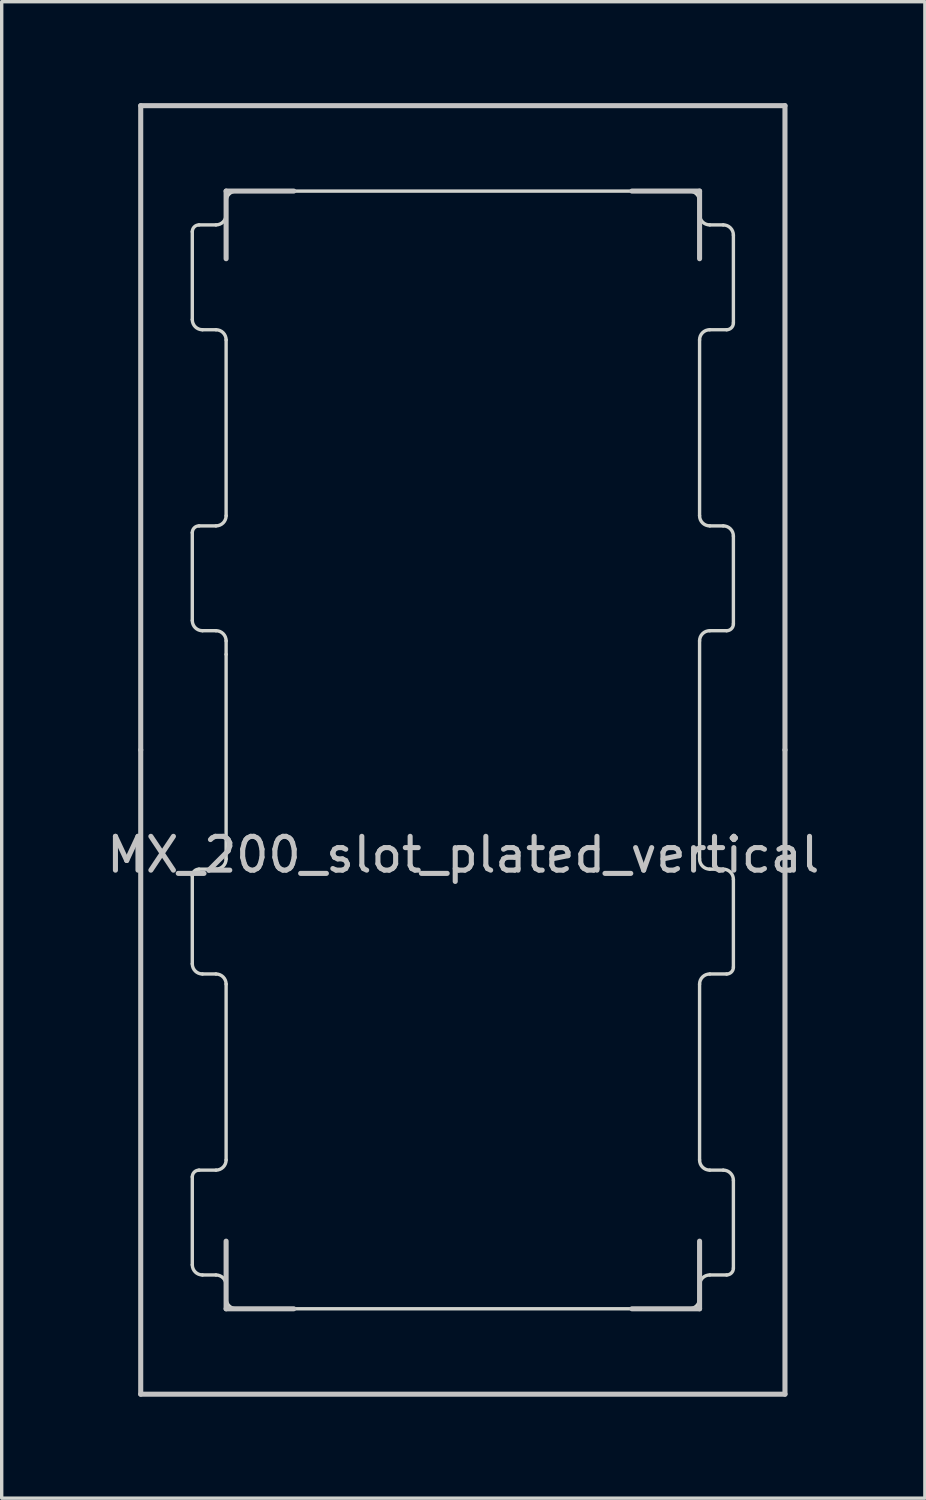
<source format=kicad_pcb>
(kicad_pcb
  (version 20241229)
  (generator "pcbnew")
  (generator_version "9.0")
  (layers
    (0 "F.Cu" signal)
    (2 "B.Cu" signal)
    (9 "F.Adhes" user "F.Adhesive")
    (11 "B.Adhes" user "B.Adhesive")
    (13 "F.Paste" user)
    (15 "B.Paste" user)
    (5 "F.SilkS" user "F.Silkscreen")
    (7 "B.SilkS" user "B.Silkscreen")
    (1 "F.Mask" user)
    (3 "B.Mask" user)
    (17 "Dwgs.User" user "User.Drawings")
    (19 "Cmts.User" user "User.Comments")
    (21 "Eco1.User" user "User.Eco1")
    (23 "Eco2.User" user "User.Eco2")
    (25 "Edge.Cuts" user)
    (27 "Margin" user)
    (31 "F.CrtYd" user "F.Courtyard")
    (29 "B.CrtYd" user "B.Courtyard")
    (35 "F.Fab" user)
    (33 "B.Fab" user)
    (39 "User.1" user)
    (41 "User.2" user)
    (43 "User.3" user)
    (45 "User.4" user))
  (footprint "MX_200_slot_plated_vertical"
    (layer "F.Cu")
    (at 10.636 19.125)
    (property "Reference" "MX_200_slot_plated_vertical" (at 0.013 3.1 0) (layer "Dwgs.User") (effects (font (size 1 1) (thickness 0.15))))
    (attr through_hole)
    (fp_line (start -7.5 -15.525) (end -7.5 15.525) (stroke (width 2) (type solid)) (layer "F.Mask"))
    (fp_line (start -6.5 -16.525) (end 6.5 -16.525) (stroke (width 2) (type solid)) (layer "F.Mask"))
    (fp_line (start 7 16.525) (end -6.5 16.525) (stroke (width 2) (type solid)) (layer "F.Mask"))
    (fp_line (start 7.5 -15.525) (end 7.5 15.525) (stroke (width 2) (type solid)) (layer "F.Mask"))
    (fp_arc (start -7.5 -15.525) (mid -7.207107 -16.232107) (end -6.5 -16.525) (stroke (width 2) (type solid)) (layer "F.Mask"))
    (fp_arc (start -6.5 16.525) (mid -7.207107 16.232107) (end -7.5 15.525) (stroke (width 2) (type solid)) (layer "F.Mask"))
    (fp_arc (start 6.5 -16.525) (mid 7.207107 -16.232107) (end 7.5 -15.525) (stroke (width 2) (type solid)) (layer "F.Mask"))
    (fp_arc (start 7.5 15.525) (mid 7.207107 16.232107) (end 6.5 16.525) (stroke (width 2) (type solid)) (layer "F.Mask"))
    (fp_line (start -7.5 15.525) (end -7.5 -15.525) (stroke (width 2) (type solid)) (layer "B.Mask"))
    (fp_line (start -6.5 -16.525) (end 6.5 -16.525) (stroke (width 2) (type solid)) (layer "B.Mask"))
    (fp_line (start 7 16.525) (end -6.493 16.525) (stroke (width 2) (type solid)) (layer "B.Mask"))
    (fp_line (start 7.3 -6.625) (end 7.7 -6.625) (stroke (width 0.12) (type solid)) (layer "B.Mask"))
    (fp_line (start 7.3 12.425) (end 7.7 12.425) (stroke (width 0.12) (type solid)) (layer "B.Mask"))
    (fp_line (start 7.5 15.525) (end 7.5 -15.525) (stroke (width 2) (type solid)) (layer "B.Mask"))
    (fp_line (start 7.8 -12.425) (end 7.3 -12.425) (stroke (width 0.12) (type solid)) (layer "B.Mask"))
    (fp_line (start 7.8 6.625) (end 7.3 6.625) (stroke (width 0.12) (type solid)) (layer "B.Mask"))
    (fp_arc (start -7.5 -15.525) (mid -7.207107 -16.232107) (end -6.5 -16.525) (stroke (width 2) (type solid)) (layer "B.Mask"))
    (fp_arc (start -6.492893 16.525) (mid -7.2 16.232107) (end -7.492893 15.525) (stroke (width 2) (type solid)) (layer "B.Mask"))
    (fp_arc (start 6.5 -16.524999) (mid 7.207107 -16.232106) (end 7.5 -15.524999) (stroke (width 2) (type solid)) (layer "B.Mask"))
    (fp_arc (start 7.5 15.525001) (mid 7.207107 16.232108) (end 6.5 16.525001) (stroke (width 2) (type solid)) (layer "B.Mask"))
    (fp_line (start -9.525 -19.05) (end 9.525 -19.05) (stroke (width 0.15) (type solid)) (layer "Dwgs.User"))
    (fp_line (start -9.525 0) (end -9.525 -19.05) (stroke (width 0.15) (type solid)) (layer "Dwgs.User"))
    (fp_line (start -9.525 19.05) (end -9.525 0) (stroke (width 0.15) (type solid)) (layer "Dwgs.User"))
    (fp_line (start -7 -16.525) (end -7 -14.525) (stroke (width 0.15) (type solid)) (layer "Dwgs.User"))
    (fp_line (start -7 14.525) (end -7 16.525) (stroke (width 0.15) (type solid)) (layer "Dwgs.User"))
    (fp_line (start -7 16.525) (end -5 16.525) (stroke (width 0.15) (type solid)) (layer "Dwgs.User"))
    (fp_line (start -5 -16.525) (end -7 -16.525) (stroke (width 0.15) (type solid)) (layer "Dwgs.User"))
    (fp_line (start 5 -16.525) (end 7 -16.525) (stroke (width 0.15) (type solid)) (layer "Dwgs.User"))
    (fp_line (start 5 16.525) (end 7 16.525) (stroke (width 0.15) (type solid)) (layer "Dwgs.User"))
    (fp_line (start 7 -16.525) (end 7 -14.525) (stroke (width 0.15) (type solid)) (layer "Dwgs.User"))
    (fp_line (start 7 16.525) (end 7 14.525) (stroke (width 0.15) (type solid)) (layer "Dwgs.User"))
    (fp_line (start 9.525 -19.05) (end 9.525 0) (stroke (width 0.15) (type solid)) (layer "Dwgs.User"))
    (fp_line (start 9.525 0) (end 9.525 19.05) (stroke (width 0.15) (type solid)) (layer "Dwgs.User"))
    (fp_line (start 9.525 19.05) (end -9.525 19.05) (stroke (width 0.15) (type solid)) (layer "Dwgs.User"))
    (fp_line (start -8 -15.325) (end -8 -12.725) (stroke (width 0.1) (type solid)) (layer "Edge.Cuts"))
    (fp_line (start -8 -6.425) (end -8 -3.825) (stroke (width 0.1) (type solid)) (layer "Edge.Cuts"))
    (fp_line (start -8 3.725) (end -8 6.325) (stroke (width 0.1) (type solid)) (layer "Edge.Cuts"))
    (fp_line (start -8 12.625) (end -8 15.225) (stroke (width 0.1) (type solid)) (layer "Edge.Cuts"))
    (fp_line (start -7.8 -15.525) (end -7.3 -15.525) (stroke (width 0.1) (type solid)) (layer "Edge.Cuts"))
    (fp_line (start -7.8 -6.625) (end -7.3 -6.625) (stroke (width 0.1) (type solid)) (layer "Edge.Cuts"))
    (fp_line (start -7.8 3.525) (end -7.3 3.525) (stroke (width 0.1) (type solid)) (layer "Edge.Cuts"))
    (fp_line (start -7.8 12.425) (end -7.3 12.425) (stroke (width 0.1) (type solid)) (layer "Edge.Cuts"))
    (fp_line (start -7.3 -12.425) (end -7.7 -12.425) (stroke (width 0.1) (type solid)) (layer "Edge.Cuts"))
    (fp_line (start -7.3 -3.525) (end -7.7 -3.525) (stroke (width 0.1) (type solid)) (layer "Edge.Cuts"))
    (fp_line (start -7.3 6.625) (end -7.7 6.625) (stroke (width 0.1) (type solid)) (layer "Edge.Cuts"))
    (fp_line (start -7.3 15.525) (end -7.7 15.525) (stroke (width 0.1) (type solid)) (layer "Edge.Cuts"))
    (fp_line (start -7 -15.825) (end -7 -16.225) (stroke (width 0.1) (type solid)) (layer "Edge.Cuts"))
    (fp_line (start -7 -12.125) (end -7 -6.925) (stroke (width 0.1) (type solid)) (layer "Edge.Cuts"))
    (fp_line (start -7 -2.825) (end -7 -3.225) (stroke (width 0.1) (type solid)) (layer "Edge.Cuts"))
    (fp_line (start -7 -2.825) (end -7 3.225) (stroke (width 0.1) (type solid)) (layer "Edge.Cuts"))
    (fp_line (start -7 6.925) (end -7 12.125) (stroke (width 0.1) (type solid)) (layer "Edge.Cuts"))
    (fp_line (start -7 16.225) (end -7 15.825) (stroke (width 0.1) (type solid)) (layer "Edge.Cuts"))
    (fp_line (start 6.7 -16.525) (end -6.7 -16.525) (stroke (width 0.1) (type solid)) (layer "Edge.Cuts"))
    (fp_line (start 6.7 16.525) (end -6.7 16.525) (stroke (width 0.1) (type solid)) (layer "Edge.Cuts"))
    (fp_line (start 7 -16.225) (end 7 -15.825) (stroke (width 0.1) (type solid)) (layer "Edge.Cuts"))
    (fp_line (start 7 -6.925) (end 7 -12.125) (stroke (width 0.1) (type solid)) (layer "Edge.Cuts"))
    (fp_line (start 7 -3.225) (end 7 3.225) (stroke (width 0.1) (type solid)) (layer "Edge.Cuts"))
    (fp_line (start 7 12.125) (end 7 6.925) (stroke (width 0.1) (type solid)) (layer "Edge.Cuts"))
    (fp_line (start 7 15.825) (end 7 16.225) (stroke (width 0.1) (type solid)) (layer "Edge.Cuts"))
    (fp_line (start 7.3 -15.525) (end 7.7 -15.525) (stroke (width 0.1) (type solid)) (layer "Edge.Cuts"))
    (fp_line (start 7.3 -6.625) (end 7.7 -6.625) (stroke (width 0.1) (type solid)) (layer "Edge.Cuts"))
    (fp_line (start 7.3 3.525) (end 7.7 3.525) (stroke (width 0.1) (type solid)) (layer "Edge.Cuts"))
    (fp_line (start 7.3 12.425) (end 7.7 12.425) (stroke (width 0.1) (type solid)) (layer "Edge.Cuts"))
    (fp_line (start 7.8 -12.425) (end 7.3 -12.425) (stroke (width 0.1) (type solid)) (layer "Edge.Cuts"))
    (fp_line (start 7.8 -3.525) (end 7.3 -3.525) (stroke (width 0.1) (type solid)) (layer "Edge.Cuts"))
    (fp_line (start 7.8 6.625) (end 7.3 6.625) (stroke (width 0.1) (type solid)) (layer "Edge.Cuts"))
    (fp_line (start 7.8 15.525) (end 7.3 15.525) (stroke (width 0.1) (type solid)) (layer "Edge.Cuts"))
    (fp_line (start 8 -12.625) (end 8 -15.225) (stroke (width 0.1) (type solid)) (layer "Edge.Cuts"))
    (fp_line (start 8 -3.725) (end 8 -6.325) (stroke (width 0.1) (type solid)) (layer "Edge.Cuts"))
    (fp_line (start 8 6.425) (end 8 3.825) (stroke (width 0.1) (type solid)) (layer "Edge.Cuts"))
    (fp_line (start 8 15.325) (end 8 12.725) (stroke (width 0.1) (type solid)) (layer "Edge.Cuts"))
    (fp_arc (start -8 -15.325) (mid -7.941421 -15.466421) (end -7.8 -15.525) (stroke (width 0.1) (type solid)) (layer "Edge.Cuts"))
    (fp_arc (start -8 -6.425) (mid -7.941421 -6.566421) (end -7.8 -6.625) (stroke (width 0.1) (type solid)) (layer "Edge.Cuts"))
    (fp_arc (start -8 3.725) (mid -7.941421 3.583579) (end -7.8 3.525) (stroke (width 0.1) (type solid)) (layer "Edge.Cuts"))
    (fp_arc (start -8 12.625) (mid -7.941421 12.483579) (end -7.8 12.425) (stroke (width 0.1) (type solid)) (layer "Edge.Cuts"))
    (fp_arc (start -7.7 -12.425) (mid -7.912132 -12.512868) (end -8 -12.725) (stroke (width 0.1) (type solid)) (layer "Edge.Cuts"))
    (fp_arc (start -7.7 -3.525) (mid -7.912132 -3.612868) (end -8 -3.825) (stroke (width 0.1) (type solid)) (layer "Edge.Cuts"))
    (fp_arc (start -7.7 6.625) (mid -7.912132 6.537132) (end -8 6.325) (stroke (width 0.1) (type solid)) (layer "Edge.Cuts"))
    (fp_arc (start -7.7 15.525) (mid -7.912132 15.437132) (end -8 15.225) (stroke (width 0.1) (type solid)) (layer "Edge.Cuts"))
    (fp_arc (start -7.3 -12.425) (mid -7.087868 -12.337132) (end -7 -12.125) (stroke (width 0.1) (type solid)) (layer "Edge.Cuts"))
    (fp_arc (start -7.3 -3.525) (mid -7.087868 -3.437132) (end -7 -3.225) (stroke (width 0.1) (type solid)) (layer "Edge.Cuts"))
    (fp_arc (start -7.3 6.625) (mid -7.087868 6.712868) (end -7 6.925) (stroke (width 0.1) (type solid)) (layer "Edge.Cuts"))
    (fp_arc (start -7.3 15.525) (mid -7.087868 15.612868) (end -7 15.825) (stroke (width 0.1) (type solid)) (layer "Edge.Cuts"))
    (fp_arc (start -7 -16.225) (mid -6.912132 -16.437132) (end -6.7 -16.525) (stroke (width 0.1) (type solid)) (layer "Edge.Cuts"))
    (fp_arc (start -7 -15.825) (mid -7.087868 -15.612868) (end -7.3 -15.525) (stroke (width 0.1) (type solid)) (layer "Edge.Cuts"))
    (fp_arc (start -7 -6.925) (mid -7.087868 -6.712868) (end -7.3 -6.625) (stroke (width 0.1) (type solid)) (layer "Edge.Cuts"))
    (fp_arc (start -7 3.225) (mid -7.087868 3.437132) (end -7.3 3.525) (stroke (width 0.1) (type solid)) (layer "Edge.Cuts"))
    (fp_arc (start -7 12.125) (mid -7.087868 12.337132) (end -7.3 12.425) (stroke (width 0.1) (type solid)) (layer "Edge.Cuts"))
    (fp_arc (start -6.7 16.525) (mid -6.912132 16.437132) (end -7 16.225) (stroke (width 0.1) (type solid)) (layer "Edge.Cuts"))
    (fp_arc (start 6.7 -16.525) (mid 6.912132 -16.437132) (end 7 -16.225) (stroke (width 0.1) (type solid)) (layer "Edge.Cuts"))
    (fp_arc (start 7 -12.125) (mid 7.087868 -12.337132) (end 7.3 -12.425) (stroke (width 0.1) (type solid)) (layer "Edge.Cuts"))
    (fp_arc (start 7 -3.225) (mid 7.087868 -3.437132) (end 7.3 -3.525) (stroke (width 0.1) (type solid)) (layer "Edge.Cuts"))
    (fp_arc (start 7 6.925) (mid 7.087868 6.712868) (end 7.3 6.625) (stroke (width 0.1) (type solid)) (layer "Edge.Cuts"))
    (fp_arc (start 7 15.825) (mid 7.087868 15.612868) (end 7.3 15.525) (stroke (width 0.1) (type solid)) (layer "Edge.Cuts"))
    (fp_arc (start 7 16.225) (mid 6.912132 16.437132) (end 6.7 16.525) (stroke (width 0.1) (type solid)) (layer "Edge.Cuts"))
    (fp_arc (start 7.3 -15.525) (mid 7.087868 -15.612868) (end 7 -15.825) (stroke (width 0.1) (type solid)) (layer "Edge.Cuts"))
    (fp_arc (start 7.3 -6.625) (mid 7.087868 -6.712868) (end 7 -6.925) (stroke (width 0.1) (type solid)) (layer "Edge.Cuts"))
    (fp_arc (start 7.3 3.525) (mid 7.087868 3.437132) (end 7 3.225) (stroke (width 0.1) (type solid)) (layer "Edge.Cuts"))
    (fp_arc (start 7.3 12.425) (mid 7.087868 12.337132) (end 7 12.125) (stroke (width 0.1) (type solid)) (layer "Edge.Cuts"))
    (fp_arc (start 7.7 -15.525) (mid 7.912132 -15.437132) (end 8 -15.225) (stroke (width 0.1) (type solid)) (layer "Edge.Cuts"))
    (fp_arc (start 7.7 -6.625) (mid 7.912132 -6.537132) (end 8 -6.325) (stroke (width 0.1) (type solid)) (layer "Edge.Cuts"))
    (fp_arc (start 7.7 3.525) (mid 7.912132 3.612868) (end 8 3.825) (stroke (width 0.1) (type solid)) (layer "Edge.Cuts"))
    (fp_arc (start 7.7 12.425) (mid 7.912132 12.512868) (end 8 12.725) (stroke (width 0.1) (type solid)) (layer "Edge.Cuts"))
    (fp_arc (start 8 -12.625) (mid 7.941421 -12.483579) (end 7.8 -12.425) (stroke (width 0.1) (type solid)) (layer "Edge.Cuts"))
    (fp_arc (start 8 -3.725) (mid 7.941421 -3.583579) (end 7.8 -3.525) (stroke (width 0.1) (type solid)) (layer "Edge.Cuts"))
    (fp_arc (start 8 6.425) (mid 7.941421 6.566421) (end 7.8 6.625) (stroke (width 0.1) (type solid)) (layer "Edge.Cuts"))
    (fp_arc (start 8 15.325) (mid 7.941421 15.466421) (end 7.8 15.525) (stroke (width 0.1) (type solid)) (layer "Edge.Cuts")))
  (gr_rect
    (start -3 -3)
    (end 24.298 41.25)
    (stroke (width 0.1) (type default))
    (fill no)
    (layer "Edge.Cuts")))
</source>
